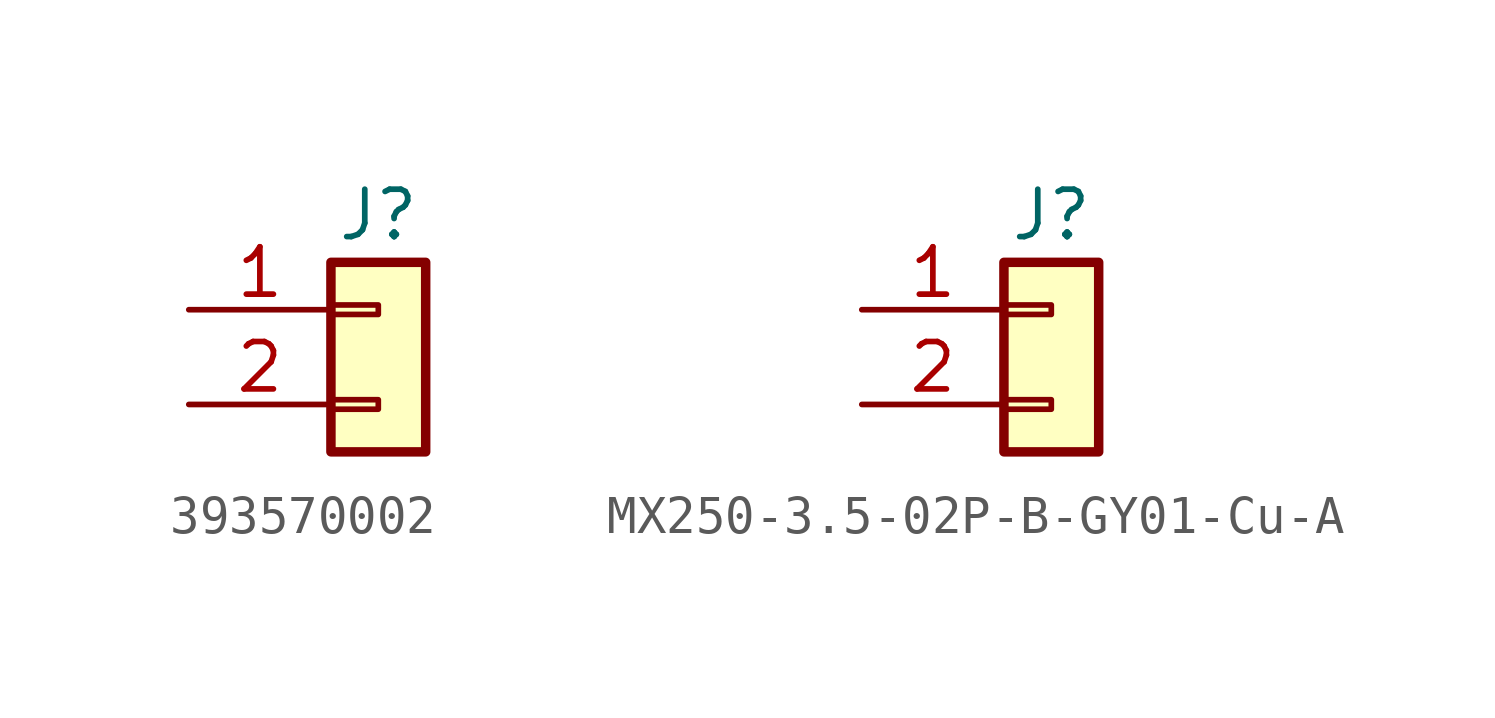
<source format=kicad_sym>
(kicad_symbol_lib
  (version 20220914)
  (generator kicad_symbol_editor)
  (symbol "393570002"
    (pin_names
      (offset 1.016) hide)
    (property "Reference" "J"
      (at 0 2.54 0)
      (effects (font (size 1.27 1.27))))
    (symbol "393570002_1_1"
      (rectangle (start -1.27 -2.413) (end 0 -2.667) (stroke (width 0.152) (type default)) (fill (type none)))
      (rectangle (start -1.27 0.127) (end 0 -0.127) (stroke (width 0.152) (type default)) (fill (type none)))
      (rectangle (start -1.27 1.27) (end 1.27 -3.81) (stroke (width 0.254) (type default)) (fill (type background)))
      (pin passive line (at -5.08 0 0) (length 3.81) (name "Pin_1" (effects (font (size 1.27 1.27)))) (number "1" (effects (font (size 1.27 1.27)))))
      (pin passive line (at -5.08 -2.54 0) (length 3.81) (name "Pin_2" (effects (font (size 1.27 1.27)))) (number "2" (effects (font (size 1.27 1.27)))))))
  (symbol "MX250-3.5-02P-B-GY01-Cu-A"
    (pin_names
      (offset 1.016) hide)
    (property "Reference" "J"
      (at 0 2.54 0)
      (effects (font (size 1.27 1.27))))
    (symbol "MX250-3.5-02P-B-GY01-Cu-A_1_1"
      (rectangle (start -1.27 -2.413) (end 0 -2.667) (stroke (width 0.152) (type default)) (fill (type none)))
      (rectangle (start -1.27 0.127) (end 0 -0.127) (stroke (width 0.152) (type default)) (fill (type none)))
      (rectangle (start -1.27 1.27) (end 1.27 -3.81) (stroke (width 0.254) (type default)) (fill (type background)))
      (pin passive line (at -5.08 0 0) (length 3.81) (name "Pin_1" (effects (font (size 1.27 1.27)))) (number "1" (effects (font (size 1.27 1.27)))))
      (pin passive line (at -5.08 -2.54 0) (length 3.81) (name "Pin_2" (effects (font (size 1.27 1.27)))) (number "2" (effects (font (size 1.27 1.27))))))))
</source>
